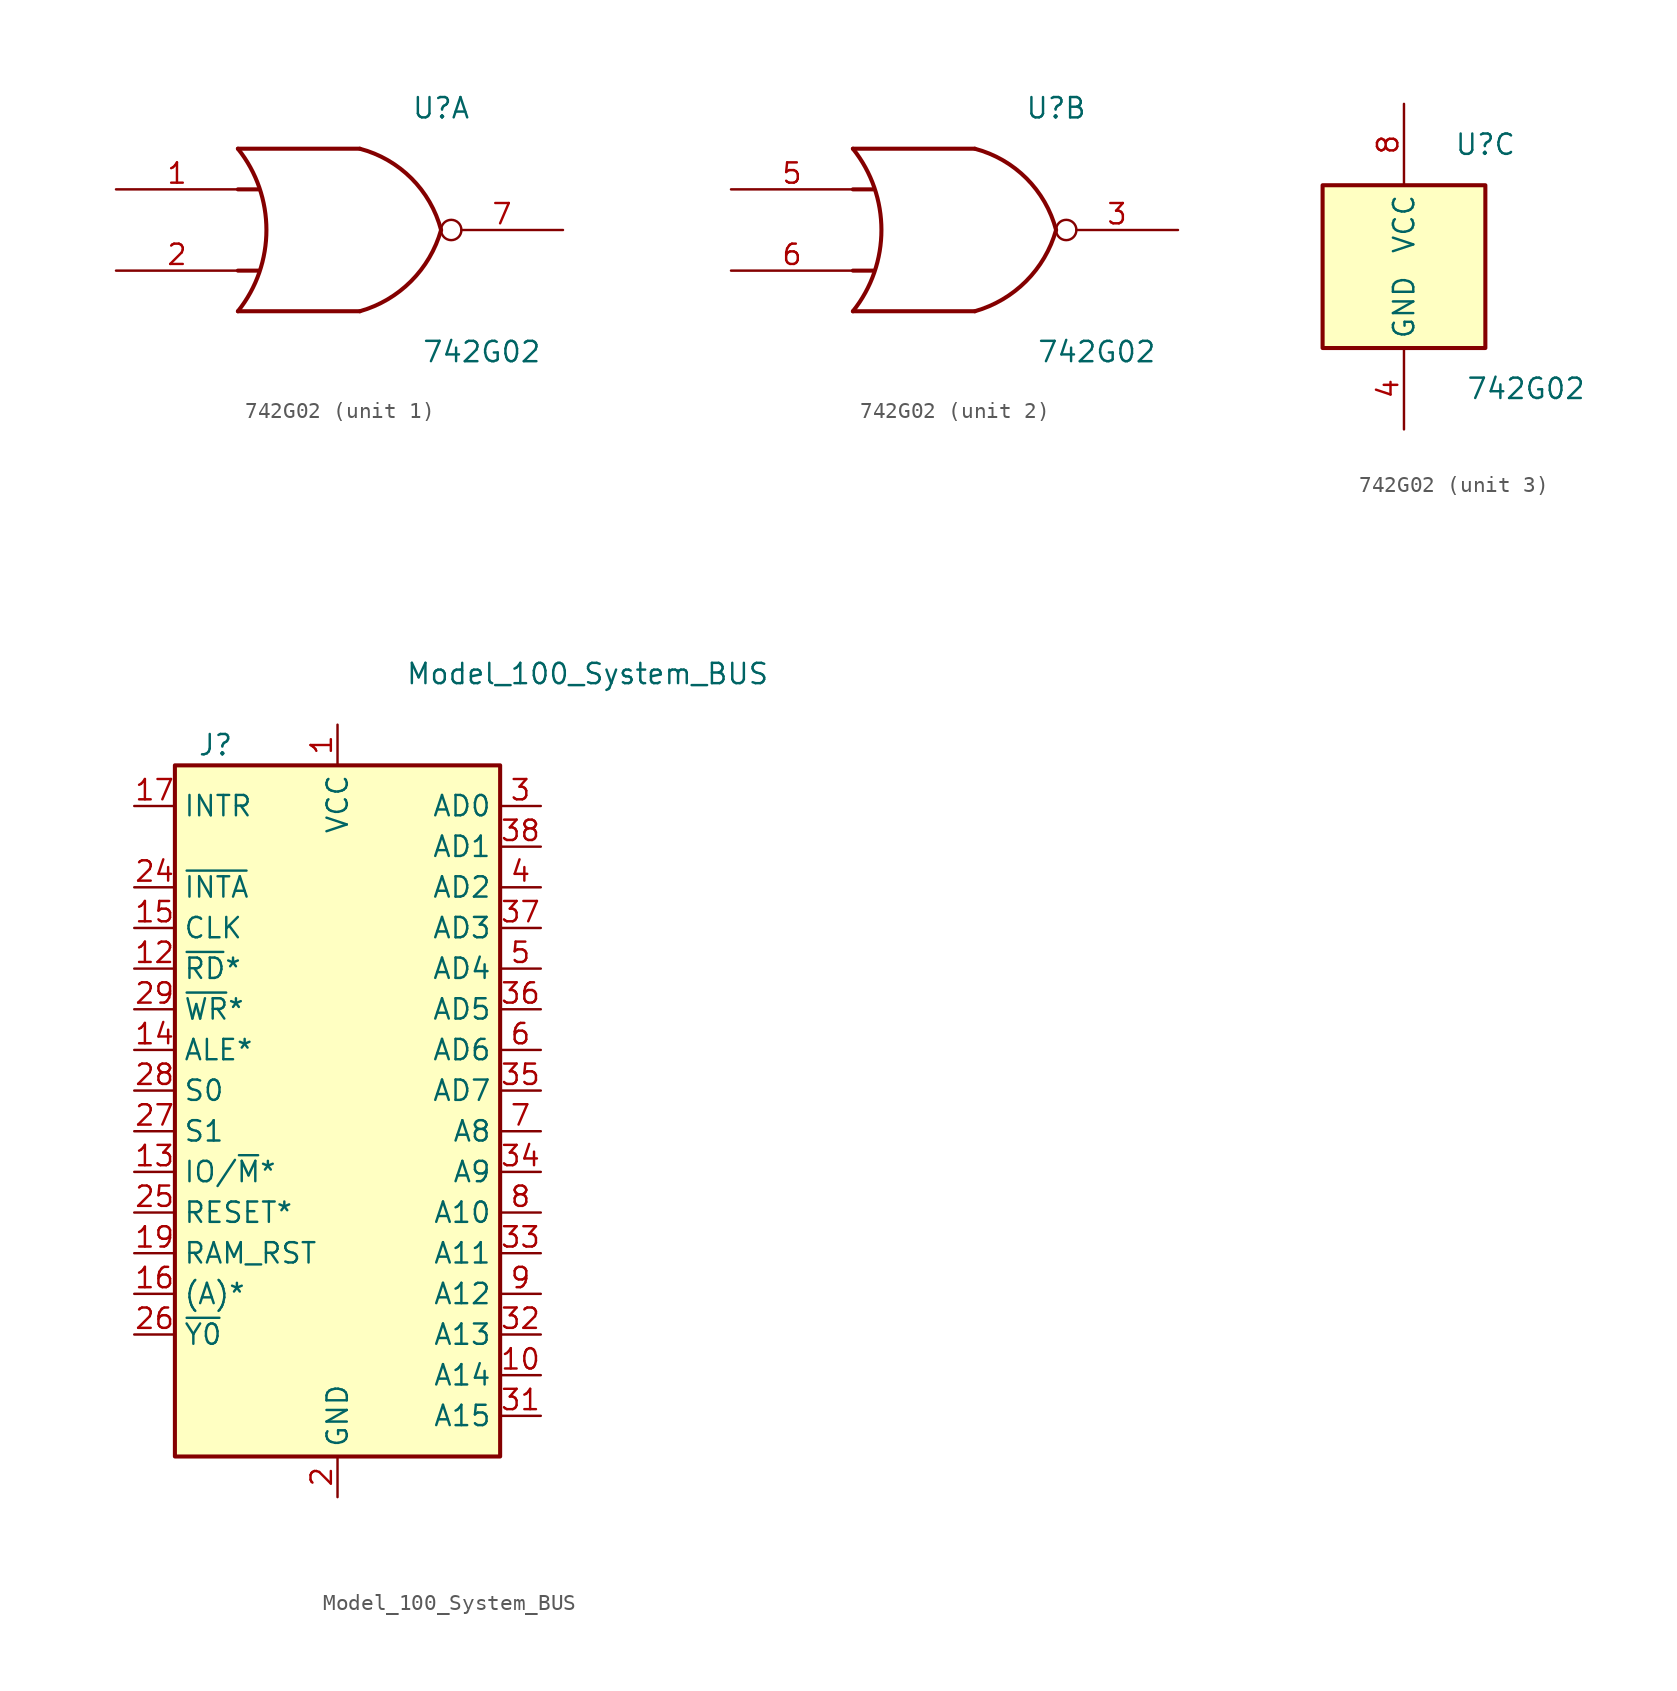
<source format=kicad_sym>
(kicad_symbol_lib
  (version 20220914)
  (generator kicad_symbol_editor)
  (symbol "742G02"
    (property "Reference" "U"
      (at 5.08 7.62 0)
      (effects (font (size 1.27 1.27))))
    (property "Value" "742G02"
      (at 7.62 -7.62 0)
      (effects (font (size 1.27 1.27))))
    (symbol "742G02_1_1"
      (arc (start -7.62 -5.08) (mid -5.838 0) (end -7.62 5.08) (stroke (width 0.254) (type default)) (fill (type none)))
      (arc (start 0 -5.08) (mid 3.1986 -3.2054) (end 5.08 0) (stroke (width 0.254) (type default)) (fill (type none)))
      (polyline (pts (xy -7.62 -2.54) (xy -6.35 -2.54)) (stroke (width 0.254) (type default)) (fill (type background)))
      (polyline (pts (xy -7.62 2.54) (xy -6.35 2.54)) (stroke (width 0.254) (type default)) (fill (type background)))
      (polyline (pts (xy 0 -5.08) (xy -7.62 -5.08)) (stroke (width 0.254) (type default)) (fill (type background)))
      (polyline (pts (xy 0 5.08) (xy -7.62 5.08)) (stroke (width 0.254) (type default)) (fill (type background)))
      (arc (start 5.08 0) (mid 3.2238 3.2304) (end 0 5.08) (stroke (width 0.254) (type default)) (fill (type none)))
      (pin input line (at -15.24 2.54 0) (length 7.62) (name "~" (effects (font (size 1.27 1.27)))) (number "1" (effects (font (size 1.27 1.27)))))
      (pin input line (at -15.24 -2.54 0) (length 7.62) (name "~" (effects (font (size 1.27 1.27)))) (number "2" (effects (font (size 1.27 1.27)))))
      (pin output inverted (at 12.7 0 180) (length 7.62) (name "~" (effects (font (size 1.27 1.27)))) (number "7" (effects (font (size 1.27 1.27))))))
    (symbol "742G02_2_1"
      (arc (start -7.62 -5.08) (mid -5.838 0) (end -7.62 5.08) (stroke (width 0.254) (type default)) (fill (type none)))
      (arc (start 0 -5.08) (mid 3.1986 -3.2054) (end 5.08 0) (stroke (width 0.254) (type default)) (fill (type none)))
      (polyline (pts (xy -7.62 -2.54) (xy -6.35 -2.54)) (stroke (width 0.254) (type default)) (fill (type background)))
      (polyline (pts (xy -7.62 2.54) (xy -6.35 2.54)) (stroke (width 0.254) (type default)) (fill (type background)))
      (polyline (pts (xy 0 -5.08) (xy -7.62 -5.08)) (stroke (width 0.254) (type default)) (fill (type background)))
      (polyline (pts (xy 0 5.08) (xy -7.62 5.08)) (stroke (width 0.254) (type default)) (fill (type background)))
      (arc (start 5.08 0) (mid 3.2238 3.2304) (end 0 5.08) (stroke (width 0.254) (type default)) (fill (type none)))
      (pin output inverted (at 12.7 0 180) (length 7.62) (name "~" (effects (font (size 1.27 1.27)))) (number "3" (effects (font (size 1.27 1.27)))))
      (pin input line (at -15.24 2.54 0) (length 7.62) (name "~" (effects (font (size 1.27 1.27)))) (number "5" (effects (font (size 1.27 1.27)))))
      (pin input line (at -15.24 -2.54 0) (length 7.62) (name "~" (effects (font (size 1.27 1.27)))) (number "6" (effects (font (size 1.27 1.27))))))
    (symbol "742G02_3_0"
      (rectangle (start -5.08 -5.08) (end 5.08 5.08) (stroke (width 0.254) (type default)) (fill (type background))))
    (symbol "742G02_3_1"
      (pin power_in line (at 0 -10.16 90) (length 5.08) (name "GND" (effects (font (size 1.27 1.27)))) (number "4" (effects (font (size 1.27 1.27)))))
      (pin power_in line (at 0 10.16 270) (length 5.08) (name "VCC" (effects (font (size 1.27 1.27)))) (number "8" (effects (font (size 1.27 1.27)))))))
  (symbol "Model_100_System_BUS"
    (property "Reference" "J"
      (at -7.62 22.86 0)
      (effects (font (size 1.27 1.27))))
    (property "Value" "Model_100_System_BUS"
      (at 15.621 27.305 0)
      (effects (font (size 1.27 1.27))))
    (symbol "Model_100_System_BUS_0_1"
      (rectangle (start -10.16 21.59) (end 10.16 -21.59) (stroke (width 0.254) (type default)) (fill (type background))))
    (symbol "Model_100_System_BUS_1_1"
      (pin power_out line (at 0 24.13 270) (length 2.54) (name "VCC" (effects (font (size 1.27 1.27)))) (number "1" (effects (font (size 1.27 1.27)))))
      (pin output line (at 12.7 -16.51 180) (length 2.54) (name "A14" (effects (font (size 1.27 1.27)))) (number "10" (effects (font (size 1.27 1.27)))))
      (pin passive line (at 0 -24.13 90) (length 2.54) hide (name "GND" (effects (font (size 1.27 1.27)))) (number "11" (effects (font (size 1.27 1.27)))))
      (pin output line (at -12.7 8.89 0) (length 2.54) (name "~{RD}*" (effects (font (size 1.27 1.27)))) (number "12" (effects (font (size 1.27 1.27)))))
      (pin output line (at -12.7 -3.81 0) (length 2.54) (name "IO/~{M}*" (effects (font (size 1.27 1.27)))) (number "13" (effects (font (size 1.27 1.27)))))
      (pin output line (at -12.7 3.81 0) (length 2.54) (name "ALE*" (effects (font (size 1.27 1.27)))) (number "14" (effects (font (size 1.27 1.27)))))
      (pin output line (at -12.7 11.43 0) (length 2.54) (name "CLK" (effects (font (size 1.27 1.27)))) (number "15" (effects (font (size 1.27 1.27)))))
      (pin output line (at -12.7 -11.43 0) (length 2.54) (name "(A)*" (effects (font (size 1.27 1.27)))) (number "16" (effects (font (size 1.27 1.27)))))
      (pin input line (at -12.7 19.05 0) (length 2.54) (name "INTR" (effects (font (size 1.27 1.27)))) (number "17" (effects (font (size 1.27 1.27)))))
      (pin passive line (at 0 -24.13 90) (length 2.54) hide (name "GND" (effects (font (size 1.27 1.27)))) (number "18" (effects (font (size 1.27 1.27)))))
      (pin output line (at -12.7 -8.89 0) (length 2.54) (name "RAM_RST" (effects (font (size 1.27 1.27)))) (number "19" (effects (font (size 1.27 1.27)))))
      (pin power_out line (at 0 -24.13 90) (length 2.54) (name "GND" (effects (font (size 1.27 1.27)))) (number "2" (effects (font (size 1.27 1.27)))))
      (pin no_connect line (at -10.16 -17.78 0) (length 2.54) hide (name "NC" (effects (font (size 1.27 1.27)))) (number "20" (effects (font (size 1.27 1.27)))))
      (pin no_connect line (at -10.16 -19.05 0) (length 2.54) hide (name "NC" (effects (font (size 1.27 1.27)))) (number "21" (effects (font (size 1.27 1.27)))))
      (pin no_connect line (at -10.16 -20.32 0) (length 2.54) hide (name "NC" (effects (font (size 1.27 1.27)))) (number "22" (effects (font (size 1.27 1.27)))))
      (pin passive line (at 0 -24.13 90) (length 2.54) hide (name "GND" (effects (font (size 1.27 1.27)))) (number "23" (effects (font (size 1.27 1.27)))))
      (pin output line (at -12.7 13.97 0) (length 2.54) (name "~{INTA}" (effects (font (size 1.27 1.27)))) (number "24" (effects (font (size 1.27 1.27)))))
      (pin output line (at -12.7 -6.35 0) (length 2.54) (name "RESET*" (effects (font (size 1.27 1.27)))) (number "25" (effects (font (size 1.27 1.27)))))
      (pin output line (at -12.7 -13.97 0) (length 2.54) (name "~{Y0}" (effects (font (size 1.27 1.27)))) (number "26" (effects (font (size 1.27 1.27)))))
      (pin output line (at -12.7 -1.27 0) (length 2.54) (name "S1" (effects (font (size 1.27 1.27)))) (number "27" (effects (font (size 1.27 1.27)))))
      (pin output line (at -12.7 1.27 0) (length 2.54) (name "S0" (effects (font (size 1.27 1.27)))) (number "28" (effects (font (size 1.27 1.27)))))
      (pin output line (at -12.7 6.35 0) (length 2.54) (name "~{WR}*" (effects (font (size 1.27 1.27)))) (number "29" (effects (font (size 1.27 1.27)))))
      (pin bidirectional line (at 12.7 19.05 180) (length 2.54) (name "AD0" (effects (font (size 1.27 1.27)))) (number "3" (effects (font (size 1.27 1.27)))))
      (pin passive line (at 0 -24.13 90) (length 2.54) hide (name "GND" (effects (font (size 1.27 1.27)))) (number "30" (effects (font (size 1.27 1.27)))))
      (pin output line (at 12.7 -19.05 180) (length 2.54) (name "A15" (effects (font (size 1.27 1.27)))) (number "31" (effects (font (size 1.27 1.27)))))
      (pin output line (at 12.7 -13.97 180) (length 2.54) (name "A13" (effects (font (size 1.27 1.27)))) (number "32" (effects (font (size 1.27 1.27)))))
      (pin output line (at 12.7 -8.89 180) (length 2.54) (name "A11" (effects (font (size 1.27 1.27)))) (number "33" (effects (font (size 1.27 1.27)))))
      (pin output line (at 12.7 -3.81 180) (length 2.54) (name "A9" (effects (font (size 1.27 1.27)))) (number "34" (effects (font (size 1.27 1.27)))))
      (pin bidirectional line (at 12.7 1.27 180) (length 2.54) (name "AD7" (effects (font (size 1.27 1.27)))) (number "35" (effects (font (size 1.27 1.27)))))
      (pin bidirectional line (at 12.7 6.35 180) (length 2.54) (name "AD5" (effects (font (size 1.27 1.27)))) (number "36" (effects (font (size 1.27 1.27)))))
      (pin bidirectional line (at 12.7 11.43 180) (length 2.54) (name "AD3" (effects (font (size 1.27 1.27)))) (number "37" (effects (font (size 1.27 1.27)))))
      (pin bidirectional line (at 12.7 16.51 180) (length 2.54) (name "AD1" (effects (font (size 1.27 1.27)))) (number "38" (effects (font (size 1.27 1.27)))))
      (pin passive line (at 0 -24.13 90) (length 2.54) hide (name "GND" (effects (font (size 1.27 1.27)))) (number "39" (effects (font (size 1.27 1.27)))))
      (pin bidirectional line (at 12.7 13.97 180) (length 2.54) (name "AD2" (effects (font (size 1.27 1.27)))) (number "4" (effects (font (size 1.27 1.27)))))
      (pin passive line (at 0 24.13 270) (length 2.54) hide (name "VCC" (effects (font (size 1.27 1.27)))) (number "40" (effects (font (size 1.27 1.27)))))
      (pin bidirectional line (at 12.7 8.89 180) (length 2.54) (name "AD4" (effects (font (size 1.27 1.27)))) (number "5" (effects (font (size 1.27 1.27)))))
      (pin bidirectional line (at 12.7 3.81 180) (length 2.54) (name "AD6" (effects (font (size 1.27 1.27)))) (number "6" (effects (font (size 1.27 1.27)))))
      (pin output line (at 12.7 -1.27 180) (length 2.54) (name "A8" (effects (font (size 1.27 1.27)))) (number "7" (effects (font (size 1.27 1.27)))))
      (pin output line (at 12.7 -6.35 180) (length 2.54) (name "A10" (effects (font (size 1.27 1.27)))) (number "8" (effects (font (size 1.27 1.27)))))
      (pin output line (at 12.7 -11.43 180) (length 2.54) (name "A12" (effects (font (size 1.27 1.27)))) (number "9" (effects (font (size 1.27 1.27))))))))
</source>
